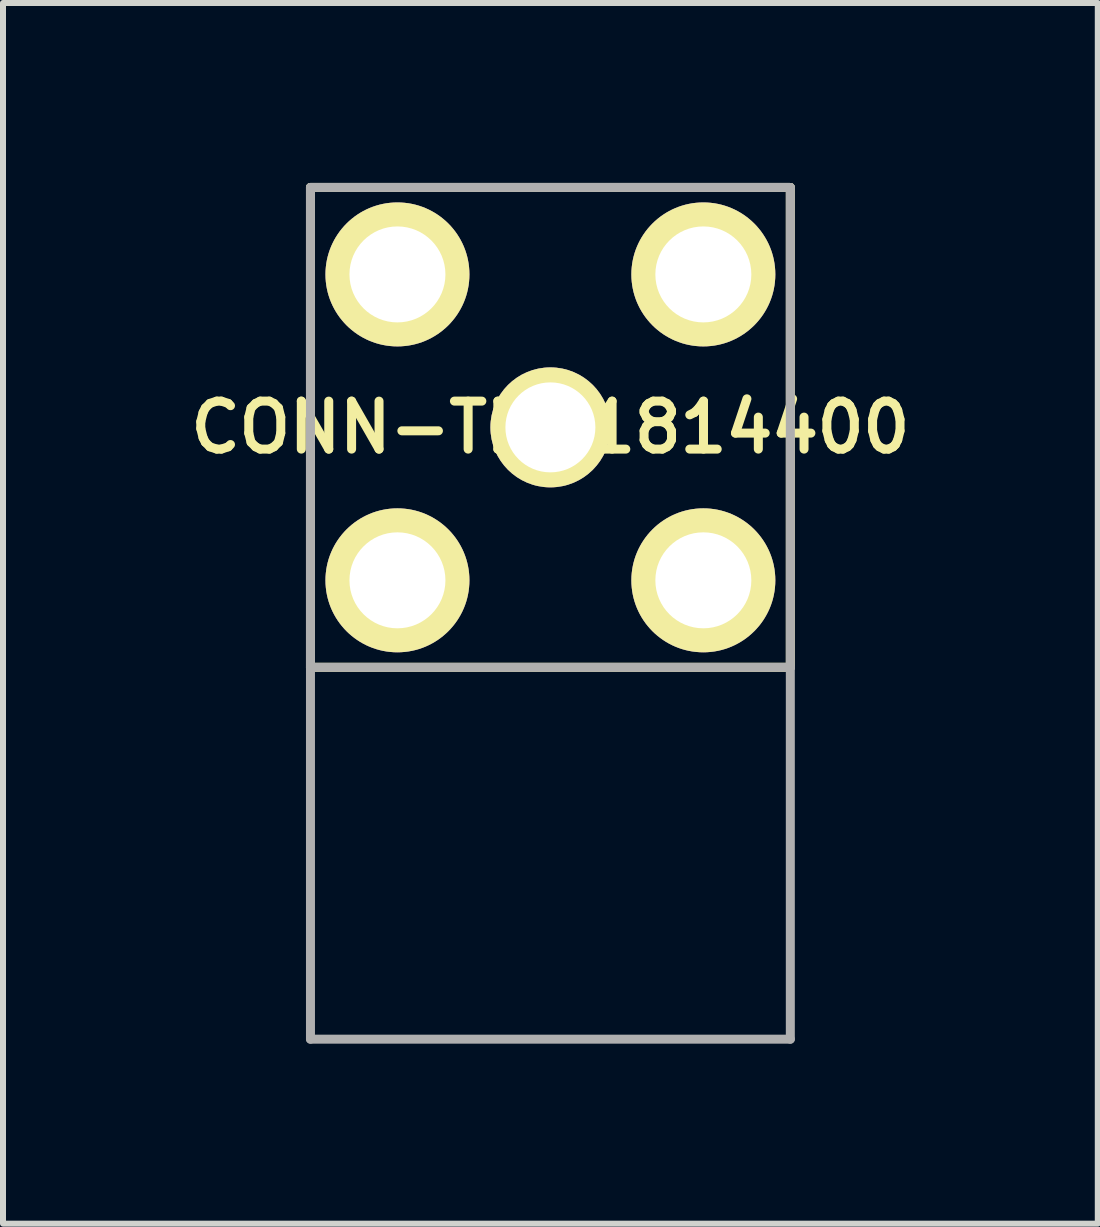
<source format=kicad_pcb>
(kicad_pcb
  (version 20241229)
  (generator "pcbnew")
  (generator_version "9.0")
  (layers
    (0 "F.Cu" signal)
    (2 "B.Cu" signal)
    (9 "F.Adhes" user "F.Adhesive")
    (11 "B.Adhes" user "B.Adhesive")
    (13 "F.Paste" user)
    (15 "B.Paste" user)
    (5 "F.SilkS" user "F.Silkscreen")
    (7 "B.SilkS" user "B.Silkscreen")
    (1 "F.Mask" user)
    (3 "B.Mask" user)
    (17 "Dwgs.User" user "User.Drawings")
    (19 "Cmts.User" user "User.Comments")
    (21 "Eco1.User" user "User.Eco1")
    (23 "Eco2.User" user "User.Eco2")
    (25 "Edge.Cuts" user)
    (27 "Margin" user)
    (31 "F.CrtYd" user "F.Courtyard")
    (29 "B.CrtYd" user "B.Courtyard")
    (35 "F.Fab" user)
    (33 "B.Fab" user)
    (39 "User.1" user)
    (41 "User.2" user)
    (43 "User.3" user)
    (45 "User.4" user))
  (footprint "CONN-TE-1814400"
    (layer "F.Cu")
    (at 6.126 4.075)
    (property "Reference" "CONN-TE-1814400" (at 0 0 0) (layer "F.SilkS") (effects (font (size 0.8 0.8) (thickness 0.15))))
    (attr through_hole)
    (fp_line (start -4 -4) (end -4 4) (stroke (width 0.15) (type solid)) (layer "F.SilkS"))
    (fp_line (start -4 4) (end 4 4) (stroke (width 0.15) (type solid)) (layer "F.SilkS"))
    (fp_line (start 4 -4) (end -4 -4) (stroke (width 0.15) (type solid)) (layer "F.SilkS"))
    (fp_line (start 4 4) (end 4 -4) (stroke (width 0.15) (type solid)) (layer "F.SilkS"))
    (fp_line (start -4 -4) (end -4 4) (stroke (width 0.15) (type solid)) (layer "F.Fab"))
    (fp_line (start -4 4) (end 4 4) (stroke (width 0.15) (type solid)) (layer "F.Fab"))
    (fp_line (start -4 10.2) (end -4 4) (stroke (width 0.15) (type solid)) (layer "F.Fab"))
    (fp_line (start 4 -4) (end -4 -4) (stroke (width 0.15) (type solid)) (layer "F.Fab"))
    (fp_line (start 4 4) (end 4 -4) (stroke (width 0.15) (type solid)) (layer "F.Fab"))
    (fp_line (start 4 4) (end 4 10.2) (stroke (width 0.15) (type solid)) (layer "F.Fab"))
    (fp_line (start 4 10.2) (end -4 10.2) (stroke (width 0.15) (type solid)) (layer "F.Fab"))
    (pad "1" thru_hole circle (at 0 0) (size 2 2) (drill 1.5) (layers "*.Cu" "*.Mask" "F.SilkS"))
    (pad "2" thru_hole circle (at -2.55 -2.55) (size 2.4 2.4) (drill 1.6) (layers "*.Cu" "*.Mask" "F.SilkS"))
    (pad "2" thru_hole circle (at -2.55 2.55) (size 2.4 2.4) (drill 1.6) (layers "*.Cu" "*.Mask" "F.SilkS"))
    (pad "2" thru_hole circle (at 2.55 -2.55) (size 2.4 2.4) (drill 1.6) (layers "*.Cu" "*.Mask" "F.SilkS"))
    (pad "2" thru_hole circle (at 2.55 2.55) (size 2.4 2.4) (drill 1.6) (layers "*.Cu" "*.Mask" "F.SilkS")))
  (gr_rect
    (start -3 -3)
    (end 15.252 17.35)
    (stroke (width 0.1) (type default))
    (fill no)
    (layer "Edge.Cuts")))
</source>
